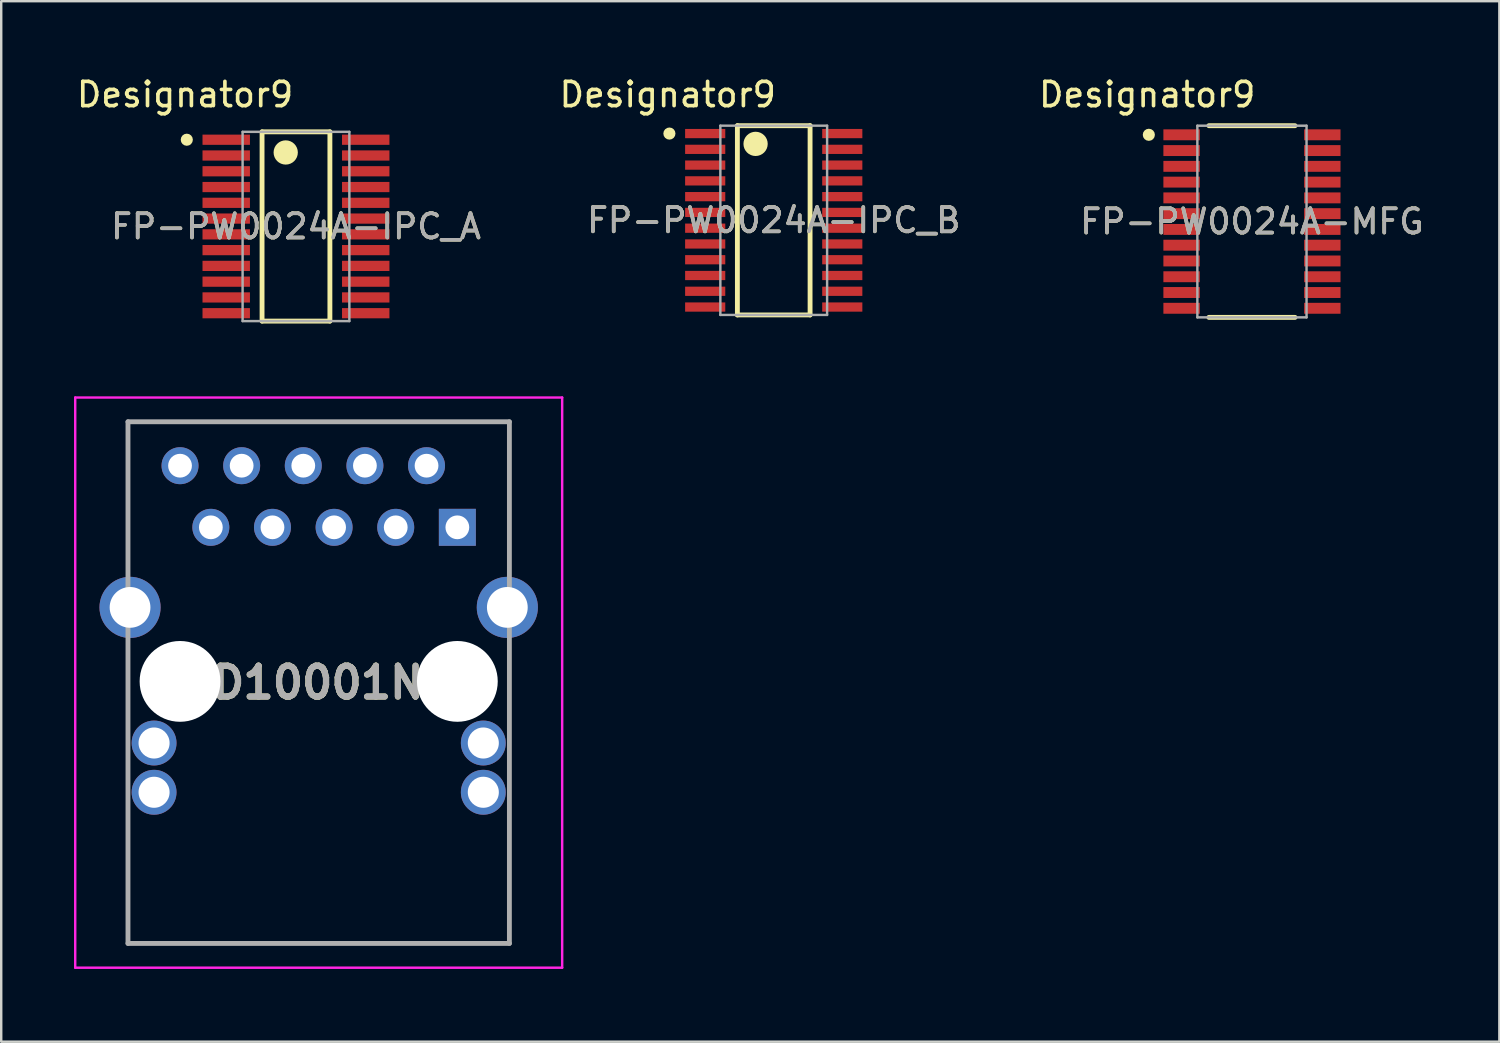
<source format=kicad_pcb>
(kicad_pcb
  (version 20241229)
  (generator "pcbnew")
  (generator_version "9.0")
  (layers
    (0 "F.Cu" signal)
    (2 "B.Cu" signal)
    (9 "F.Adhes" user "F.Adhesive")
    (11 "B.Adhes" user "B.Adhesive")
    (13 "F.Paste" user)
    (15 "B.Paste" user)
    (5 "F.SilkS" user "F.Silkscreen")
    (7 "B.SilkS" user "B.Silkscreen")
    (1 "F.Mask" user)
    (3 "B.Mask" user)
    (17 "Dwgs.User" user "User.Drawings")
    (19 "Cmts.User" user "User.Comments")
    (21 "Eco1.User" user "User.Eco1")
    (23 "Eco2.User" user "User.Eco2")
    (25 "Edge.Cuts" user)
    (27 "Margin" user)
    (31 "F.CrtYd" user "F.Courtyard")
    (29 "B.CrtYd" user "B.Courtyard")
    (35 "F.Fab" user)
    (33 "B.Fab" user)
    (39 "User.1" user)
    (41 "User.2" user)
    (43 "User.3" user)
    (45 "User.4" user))
  (footprint "FP-PW0024A-IPC_B"
    (layer "F.Cu")
    (at 28.84 6.03)
    (property "Reference" "FP-PW0024A-IPC_B" (at 0 0 0) (unlocked yes) (layer "F.SilkS") (effects (font (size 1 1) (thickness 0.15))))
    (attr smd)
    (fp_line (start -1.498 -3.9) (end 1.498 -3.9) (stroke (width 0.2) (type solid)) (layer "F.SilkS"))
    (fp_line (start -1.498 3.9) (end -1.498 -3.9) (stroke (width 0.2) (type solid)) (layer "F.SilkS"))
    (fp_line (start -1.498 3.9) (end 1.498 3.9) (stroke (width 0.2) (type solid)) (layer "F.SilkS"))
    (fp_line (start 1.498 3.9) (end 1.498 -3.9) (stroke (width 0.2) (type solid)) (layer "F.SilkS"))
    (fp_circle (center -4.3 -3.575) (end -4.175 -3.575) (stroke (width 0.25) (type solid)) (fill no) (layer "F.SilkS"))
    (fp_circle (center -0.748 -3.15) (end -0.498 -3.15) (stroke (width 0.5) (type solid)) (fill no) (layer "F.SilkS"))
    (fp_line (start -2.2 -3.9) (end 2.2 -3.9) (stroke (width 0.1) (type solid)) (layer "F.Fab"))
    (fp_line (start -2.2 3.9) (end -2.2 -3.9) (stroke (width 0.1) (type solid)) (layer "F.Fab"))
    (fp_line (start -2.2 3.9) (end 2.2 3.9) (stroke (width 0.1) (type solid)) (layer "F.Fab"))
    (fp_line (start 2.2 3.9) (end 2.2 -3.9) (stroke (width 0.1) (type solid)) (layer "F.Fab"))
    (fp_text user "Designator9" (at -4.369 -5.182 0) (unlocked yes) (layer "F.SilkS") (effects (font (size 1 1) (thickness 0.15))))
    (fp_text user "${REFERENCE}" (at 0 0 0) (unlocked yes) (layer "F.Fab") (effects (font (size 1 1) (thickness 0.15))))
    (pad "1" smd rect (at -2.825 -3.575) (size 1.655 0.381) (layers "F.Cu" "F.Mask" "F.Paste"))
    (pad "2" smd rect (at -2.825 -2.925) (size 1.655 0.381) (layers "F.Cu" "F.Mask" "F.Paste"))
    (pad "3" smd rect (at -2.825 -2.275) (size 1.655 0.381) (layers "F.Cu" "F.Mask" "F.Paste"))
    (pad "4" smd rect (at -2.825 -1.625) (size 1.655 0.381) (layers "F.Cu" "F.Mask" "F.Paste"))
    (pad "5" smd rect (at -2.825 -0.975) (size 1.655 0.381) (layers "F.Cu" "F.Mask" "F.Paste"))
    (pad "6" smd rect (at -2.825 -0.325) (size 1.655 0.381) (layers "F.Cu" "F.Mask" "F.Paste"))
    (pad "7" smd rect (at -2.825 0.325) (size 1.655 0.381) (layers "F.Cu" "F.Mask" "F.Paste"))
    (pad "8" smd rect (at -2.825 0.975) (size 1.655 0.381) (layers "F.Cu" "F.Mask" "F.Paste"))
    (pad "9" smd rect (at -2.825 1.625) (size 1.655 0.381) (layers "F.Cu" "F.Mask" "F.Paste"))
    (pad "10" smd rect (at -2.825 2.275) (size 1.655 0.381) (layers "F.Cu" "F.Mask" "F.Paste"))
    (pad "11" smd rect (at -2.825 2.925) (size 1.655 0.381) (layers "F.Cu" "F.Mask" "F.Paste"))
    (pad "12" smd rect (at -2.825 3.575) (size 1.655 0.381) (layers "F.Cu" "F.Mask" "F.Paste"))
    (pad "13" smd rect (at 2.825 3.575) (size 1.655 0.381) (layers "F.Cu" "F.Mask" "F.Paste"))
    (pad "14" smd rect (at 2.825 2.925) (size 1.655 0.381) (layers "F.Cu" "F.Mask" "F.Paste"))
    (pad "15" smd rect (at 2.825 2.275) (size 1.655 0.381) (layers "F.Cu" "F.Mask" "F.Paste"))
    (pad "16" smd rect (at 2.825 1.625) (size 1.655 0.381) (layers "F.Cu" "F.Mask" "F.Paste"))
    (pad "17" smd rect (at 2.825 0.975) (size 1.655 0.381) (layers "F.Cu" "F.Mask" "F.Paste"))
    (pad "18" smd rect (at 2.825 0.325) (size 1.655 0.381) (layers "F.Cu" "F.Mask" "F.Paste"))
    (pad "19" smd rect (at 2.825 -0.325) (size 1.655 0.381) (layers "F.Cu" "F.Mask" "F.Paste"))
    (pad "20" smd rect (at 2.825 -0.975) (size 1.655 0.381) (layers "F.Cu" "F.Mask" "F.Paste"))
    (pad "21" smd rect (at 2.825 -1.625) (size 1.655 0.381) (layers "F.Cu" "F.Mask" "F.Paste"))
    (pad "22" smd rect (at 2.825 -2.275) (size 1.655 0.381) (layers "F.Cu" "F.Mask" "F.Paste"))
    (pad "23" smd rect (at 2.825 -2.925) (size 1.655 0.381) (layers "F.Cu" "F.Mask" "F.Paste"))
    (pad "24" smd rect (at 2.825 -3.575) (size 1.655 0.381) (layers "F.Cu" "F.Mask" "F.Paste")))
  (footprint "FP-PW0024A-MFG"
    (layer "F.Cu")
    (at 48.55 6.081)
    (property "Reference" "FP-PW0024A-MFG" (at 0 0 0) (unlocked yes) (layer "F.SilkS") (effects (font (size 1 1) (thickness 0.15))))
    (attr smd)
    (fp_line (start -1.775 -3.95) (end 1.775 -3.95) (stroke (width 0.2) (type solid)) (layer "F.SilkS"))
    (fp_line (start -1.775 3.95) (end 1.775 3.95) (stroke (width 0.2) (type solid)) (layer "F.SilkS"))
    (fp_circle (center -4.25 -3.575) (end -4.125 -3.575) (stroke (width 0.25) (type solid)) (fill no) (layer "F.SilkS"))
    (fp_line (start -2.25 -3.95) (end 2.25 -3.95) (stroke (width 0.1) (type solid)) (layer "F.Fab"))
    (fp_line (start -2.25 3.95) (end -2.25 -3.95) (stroke (width 0.1) (type solid)) (layer "F.Fab"))
    (fp_line (start -2.25 3.95) (end 2.25 3.95) (stroke (width 0.1) (type solid)) (layer "F.Fab"))
    (fp_line (start 2.25 3.95) (end 2.25 -3.95) (stroke (width 0.1) (type solid)) (layer "F.Fab"))
    (fp_text user "Designator9" (at -4.318 -5.232 0) (unlocked yes) (layer "F.SilkS") (effects (font (size 1 1) (thickness 0.15))))
    (fp_text user "${REFERENCE}" (at 0 0 0) (unlocked yes) (layer "F.Fab") (effects (font (size 1 1) (thickness 0.15))))
    (pad "1" smd rect (at -2.9 -3.575) (size 1.5 0.45) (layers "F.Cu" "F.Mask" "F.Paste"))
    (pad "2" smd rect (at -2.9 -2.925) (size 1.5 0.45) (layers "F.Cu" "F.Mask" "F.Paste"))
    (pad "3" smd rect (at -2.9 -2.275) (size 1.5 0.45) (layers "F.Cu" "F.Mask" "F.Paste"))
    (pad "4" smd rect (at -2.9 -1.625) (size 1.5 0.45) (layers "F.Cu" "F.Mask" "F.Paste"))
    (pad "5" smd rect (at -2.9 -0.975) (size 1.5 0.45) (layers "F.Cu" "F.Mask" "F.Paste"))
    (pad "6" smd rect (at -2.9 -0.325) (size 1.5 0.45) (layers "F.Cu" "F.Mask" "F.Paste"))
    (pad "7" smd rect (at -2.9 0.325) (size 1.5 0.45) (layers "F.Cu" "F.Mask" "F.Paste"))
    (pad "8" smd rect (at -2.9 0.975) (size 1.5 0.45) (layers "F.Cu" "F.Mask" "F.Paste"))
    (pad "9" smd rect (at -2.9 1.625) (size 1.5 0.45) (layers "F.Cu" "F.Mask" "F.Paste"))
    (pad "10" smd rect (at -2.9 2.275) (size 1.5 0.45) (layers "F.Cu" "F.Mask" "F.Paste"))
    (pad "11" smd rect (at -2.9 2.925) (size 1.5 0.45) (layers "F.Cu" "F.Mask" "F.Paste"))
    (pad "12" smd rect (at -2.9 3.575) (size 1.5 0.45) (layers "F.Cu" "F.Mask" "F.Paste"))
    (pad "13" smd rect (at 2.9 3.575) (size 1.5 0.45) (layers "F.Cu" "F.Mask" "F.Paste"))
    (pad "14" smd rect (at 2.9 2.925) (size 1.5 0.45) (layers "F.Cu" "F.Mask" "F.Paste"))
    (pad "15" smd rect (at 2.9 2.275) (size 1.5 0.45) (layers "F.Cu" "F.Mask" "F.Paste"))
    (pad "16" smd rect (at 2.9 1.625) (size 1.5 0.45) (layers "F.Cu" "F.Mask" "F.Paste"))
    (pad "17" smd rect (at 2.9 0.975) (size 1.5 0.45) (layers "F.Cu" "F.Mask" "F.Paste"))
    (pad "18" smd rect (at 2.9 0.325) (size 1.5 0.45) (layers "F.Cu" "F.Mask" "F.Paste"))
    (pad "19" smd rect (at 2.9 -0.325) (size 1.5 0.45) (layers "F.Cu" "F.Mask" "F.Paste"))
    (pad "20" smd rect (at 2.9 -0.975) (size 1.5 0.45) (layers "F.Cu" "F.Mask" "F.Paste"))
    (pad "21" smd rect (at 2.9 -1.625) (size 1.5 0.45) (layers "F.Cu" "F.Mask" "F.Paste"))
    (pad "22" smd rect (at 2.9 -2.275) (size 1.5 0.45) (layers "F.Cu" "F.Mask" "F.Paste"))
    (pad "23" smd rect (at 2.9 -2.925) (size 1.5 0.45) (layers "F.Cu" "F.Mask" "F.Paste"))
    (pad "24" smd rect (at 2.9 -3.575) (size 1.5 0.45) (layers "F.Cu" "F.Mask" "F.Paste")))
  (footprint "JD10001NL"
    (layer "F.Cu")
    (at 15.8 18.684)
    (property "Reference" "JD10001NL" (at -5.715 6.4 0) (layer "F.SilkS") (effects (font (size 1.27 1.27) (thickness 0.254))))
    (attr through_hole)
    (fp_line (start -13.575 -4.35) (end 2.06 -4.35) (stroke (width 0.1) (type solid)) (layer "F.SilkS"))
    (fp_line (start -13.575 1.15) (end -13.575 -4.35) (stroke (width 0.1) (type solid)) (layer "F.SilkS"))
    (fp_line (start -13.575 12.15) (end -13.575 17.15) (stroke (width 0.1) (type solid)) (layer "F.SilkS"))
    (fp_line (start -13.575 17.15) (end 2.145 17.15) (stroke (width 0.1) (type solid)) (layer "F.SilkS"))
    (fp_line (start 2.06 -4.35) (end 2.145 -4.35) (stroke (width 0.1) (type solid)) (layer "F.SilkS"))
    (fp_line (start 2.145 -4.35) (end 2.145 1.15) (stroke (width 0.1) (type solid)) (layer "F.SilkS"))
    (fp_line (start 2.145 17.15) (end 2.145 12.15) (stroke (width 0.1) (type solid)) (layer "F.SilkS"))
    (fp_line (start -15.75 -5.35) (end 4.32 -5.35) (stroke (width 0.1) (type solid)) (layer "F.CrtYd"))
    (fp_line (start -15.75 18.15) (end -15.75 -5.35) (stroke (width 0.1) (type solid)) (layer "F.CrtYd"))
    (fp_line (start 4.32 -5.35) (end 4.32 18.15) (stroke (width 0.1) (type solid)) (layer "F.CrtYd"))
    (fp_line (start 4.32 18.15) (end -15.75 18.15) (stroke (width 0.1) (type solid)) (layer "F.CrtYd"))
    (fp_line (start -13.575 -4.35) (end 2.145 -4.35) (stroke (width 0.2) (type solid)) (layer "F.Fab"))
    (fp_line (start -13.575 17.15) (end -13.575 -4.35) (stroke (width 0.2) (type solid)) (layer "F.Fab"))
    (fp_line (start 2.145 -4.35) (end 2.145 17.15) (stroke (width 0.2) (type solid)) (layer "F.Fab"))
    (fp_line (start 2.145 17.15) (end -13.575 17.15) (stroke (width 0.2) (type solid)) (layer "F.Fab"))
    (fp_text user "${REFERENCE}" (at -5.715 6.4 0) (layer "F.Fab") (effects (font (size 1.27 1.27) (thickness 0.254))))
    (pad "" np_thru_hole circle (at -11.43 6.35) (size 3.33 3.33) (drill 3.33) (layers "*.Cu" "*.Mask"))
    (pad "" np_thru_hole circle (at 0 6.35) (size 3.33 3.33) (drill 3.33) (layers "*.Cu" "*.Mask"))
    (pad "1" thru_hole rect (at 0 0) (size 1.524 1.524) (drill 0.98) (layers "*.Cu" "*.Mask"))
    (pad "2" thru_hole circle (at -1.27 -2.54) (size 1.524 1.524) (drill 0.98) (layers "*.Cu" "*.Mask"))
    (pad "3" thru_hole circle (at -2.54 0) (size 1.524 1.524) (drill 0.98) (layers "*.Cu" "*.Mask"))
    (pad "4" thru_hole circle (at -3.81 -2.54) (size 1.524 1.524) (drill 0.98) (layers "*.Cu" "*.Mask"))
    (pad "5" thru_hole circle (at -5.08 0) (size 1.524 1.524) (drill 0.98) (layers "*.Cu" "*.Mask"))
    (pad "6" thru_hole circle (at -6.35 -2.54) (size 1.524 1.524) (drill 0.98) (layers "*.Cu" "*.Mask"))
    (pad "7" thru_hole circle (at -7.62 0) (size 1.524 1.524) (drill 0.98) (layers "*.Cu" "*.Mask"))
    (pad "8" thru_hole circle (at -8.89 -2.54) (size 1.524 1.524) (drill 0.98) (layers "*.Cu" "*.Mask"))
    (pad "9" thru_hole circle (at -10.16 0) (size 1.524 1.524) (drill 0.98) (layers "*.Cu" "*.Mask"))
    (pad "10" thru_hole circle (at -11.43 -2.54) (size 1.524 1.524) (drill 0.98) (layers "*.Cu" "*.Mask"))
    (pad "11" thru_hole circle (at 1.07 8.89) (size 1.85 1.85) (drill 1.28) (layers "*.Cu" "*.Mask"))
    (pad "12" thru_hole circle (at 1.07 10.92) (size 1.85 1.85) (drill 1.28) (layers "*.Cu" "*.Mask"))
    (pad "13" thru_hole circle (at -12.5 8.89) (size 1.85 1.85) (drill 1.28) (layers "*.Cu" "*.Mask"))
    (pad "14" thru_hole circle (at -12.5 10.92) (size 1.85 1.85) (drill 1.28) (layers "*.Cu" "*.Mask"))
    (pad "MH1" thru_hole circle (at -13.49 3.3) (size 2.52 2.52) (drill 1.68) (layers "*.Cu" "*.Mask"))
    (pad "MH2" thru_hole circle (at 2.06 3.3) (size 2.52 2.52) (drill 1.68) (layers "*.Cu" "*.Mask")))
  (footprint "FP-PW0024A-IPC_A"
    (layer "F.Cu")
    (at 9.149 6.284)
    (property "Reference" "FP-PW0024A-IPC_A" (at 0 0 0) (unlocked yes) (layer "F.SilkS") (effects (font (size 1 1) (thickness 0.15))))
    (attr smd)
    (fp_line (start -1.398 -3.9) (end 1.398 -3.9) (stroke (width 0.2) (type solid)) (layer "F.SilkS"))
    (fp_line (start -1.398 3.9) (end -1.398 -3.9) (stroke (width 0.2) (type solid)) (layer "F.SilkS"))
    (fp_line (start -1.398 3.9) (end 1.398 3.9) (stroke (width 0.2) (type solid)) (layer "F.SilkS"))
    (fp_line (start 1.398 3.9) (end 1.398 -3.9) (stroke (width 0.2) (type solid)) (layer "F.SilkS"))
    (fp_circle (center -4.5 -3.575) (end -4.375 -3.575) (stroke (width 0.25) (type solid)) (fill no) (layer "F.SilkS"))
    (fp_circle (center -0.423 -3.05) (end -0.173 -3.05) (stroke (width 0.5) (type solid)) (fill no) (layer "F.SilkS"))
    (fp_line (start -2.2 -3.9) (end 2.2 -3.9) (stroke (width 0.1) (type solid)) (layer "F.Fab"))
    (fp_line (start -2.2 3.9) (end -2.2 -3.9) (stroke (width 0.1) (type solid)) (layer "F.Fab"))
    (fp_line (start -2.2 3.9) (end 2.2 3.9) (stroke (width 0.1) (type solid)) (layer "F.Fab"))
    (fp_line (start 2.2 3.9) (end 2.2 -3.9) (stroke (width 0.1) (type solid)) (layer "F.Fab"))
    (fp_text user "Designator9" (at -4.572 -5.436 0) (unlocked yes) (layer "F.SilkS") (effects (font (size 1 1) (thickness 0.15))))
    (fp_text user "${REFERENCE}" (at 0 0 0) (unlocked yes) (layer "F.Fab") (effects (font (size 1 1) (thickness 0.15))))
    (pad "1" smd rect (at -2.875 -3.575) (size 1.955 0.421) (layers "F.Cu" "F.Mask" "F.Paste"))
    (pad "2" smd rect (at -2.875 -2.925) (size 1.955 0.421) (layers "F.Cu" "F.Mask" "F.Paste"))
    (pad "3" smd rect (at -2.875 -2.275) (size 1.955 0.421) (layers "F.Cu" "F.Mask" "F.Paste"))
    (pad "4" smd rect (at -2.875 -1.625) (size 1.955 0.421) (layers "F.Cu" "F.Mask" "F.Paste"))
    (pad "5" smd rect (at -2.875 -0.975) (size 1.955 0.421) (layers "F.Cu" "F.Mask" "F.Paste"))
    (pad "6" smd rect (at -2.875 -0.325) (size 1.955 0.421) (layers "F.Cu" "F.Mask" "F.Paste"))
    (pad "7" smd rect (at -2.875 0.325) (size 1.955 0.421) (layers "F.Cu" "F.Mask" "F.Paste"))
    (pad "8" smd rect (at -2.875 0.975) (size 1.955 0.421) (layers "F.Cu" "F.Mask" "F.Paste"))
    (pad "9" smd rect (at -2.875 1.625) (size 1.955 0.421) (layers "F.Cu" "F.Mask" "F.Paste"))
    (pad "10" smd rect (at -2.875 2.275) (size 1.955 0.421) (layers "F.Cu" "F.Mask" "F.Paste"))
    (pad "11" smd rect (at -2.875 2.925) (size 1.955 0.421) (layers "F.Cu" "F.Mask" "F.Paste"))
    (pad "12" smd rect (at -2.875 3.575) (size 1.955 0.421) (layers "F.Cu" "F.Mask" "F.Paste"))
    (pad "13" smd rect (at 2.875 3.575) (size 1.955 0.421) (layers "F.Cu" "F.Mask" "F.Paste"))
    (pad "14" smd rect (at 2.875 2.925) (size 1.955 0.421) (layers "F.Cu" "F.Mask" "F.Paste"))
    (pad "15" smd rect (at 2.875 2.275) (size 1.955 0.421) (layers "F.Cu" "F.Mask" "F.Paste"))
    (pad "16" smd rect (at 2.875 1.625) (size 1.955 0.421) (layers "F.Cu" "F.Mask" "F.Paste"))
    (pad "17" smd rect (at 2.875 0.975) (size 1.955 0.421) (layers "F.Cu" "F.Mask" "F.Paste"))
    (pad "18" smd rect (at 2.875 0.325) (size 1.955 0.421) (layers "F.Cu" "F.Mask" "F.Paste"))
    (pad "19" smd rect (at 2.875 -0.325) (size 1.955 0.421) (layers "F.Cu" "F.Mask" "F.Paste"))
    (pad "20" smd rect (at 2.875 -0.975) (size 1.955 0.421) (layers "F.Cu" "F.Mask" "F.Paste"))
    (pad "21" smd rect (at 2.875 -1.625) (size 1.955 0.421) (layers "F.Cu" "F.Mask" "F.Paste"))
    (pad "22" smd rect (at 2.875 -2.275) (size 1.955 0.421) (layers "F.Cu" "F.Mask" "F.Paste"))
    (pad "23" smd rect (at 2.875 -2.925) (size 1.955 0.421) (layers "F.Cu" "F.Mask" "F.Paste"))
    (pad "24" smd rect (at 2.875 -3.575) (size 1.955 0.421) (layers "F.Cu" "F.Mask" "F.Paste")))
  (gr_rect
    (start -3 -3)
    (end 58.747 39.884)
    (stroke (width 0.1) (type default))
    (fill no)
    (layer "Edge.Cuts")))
</source>
